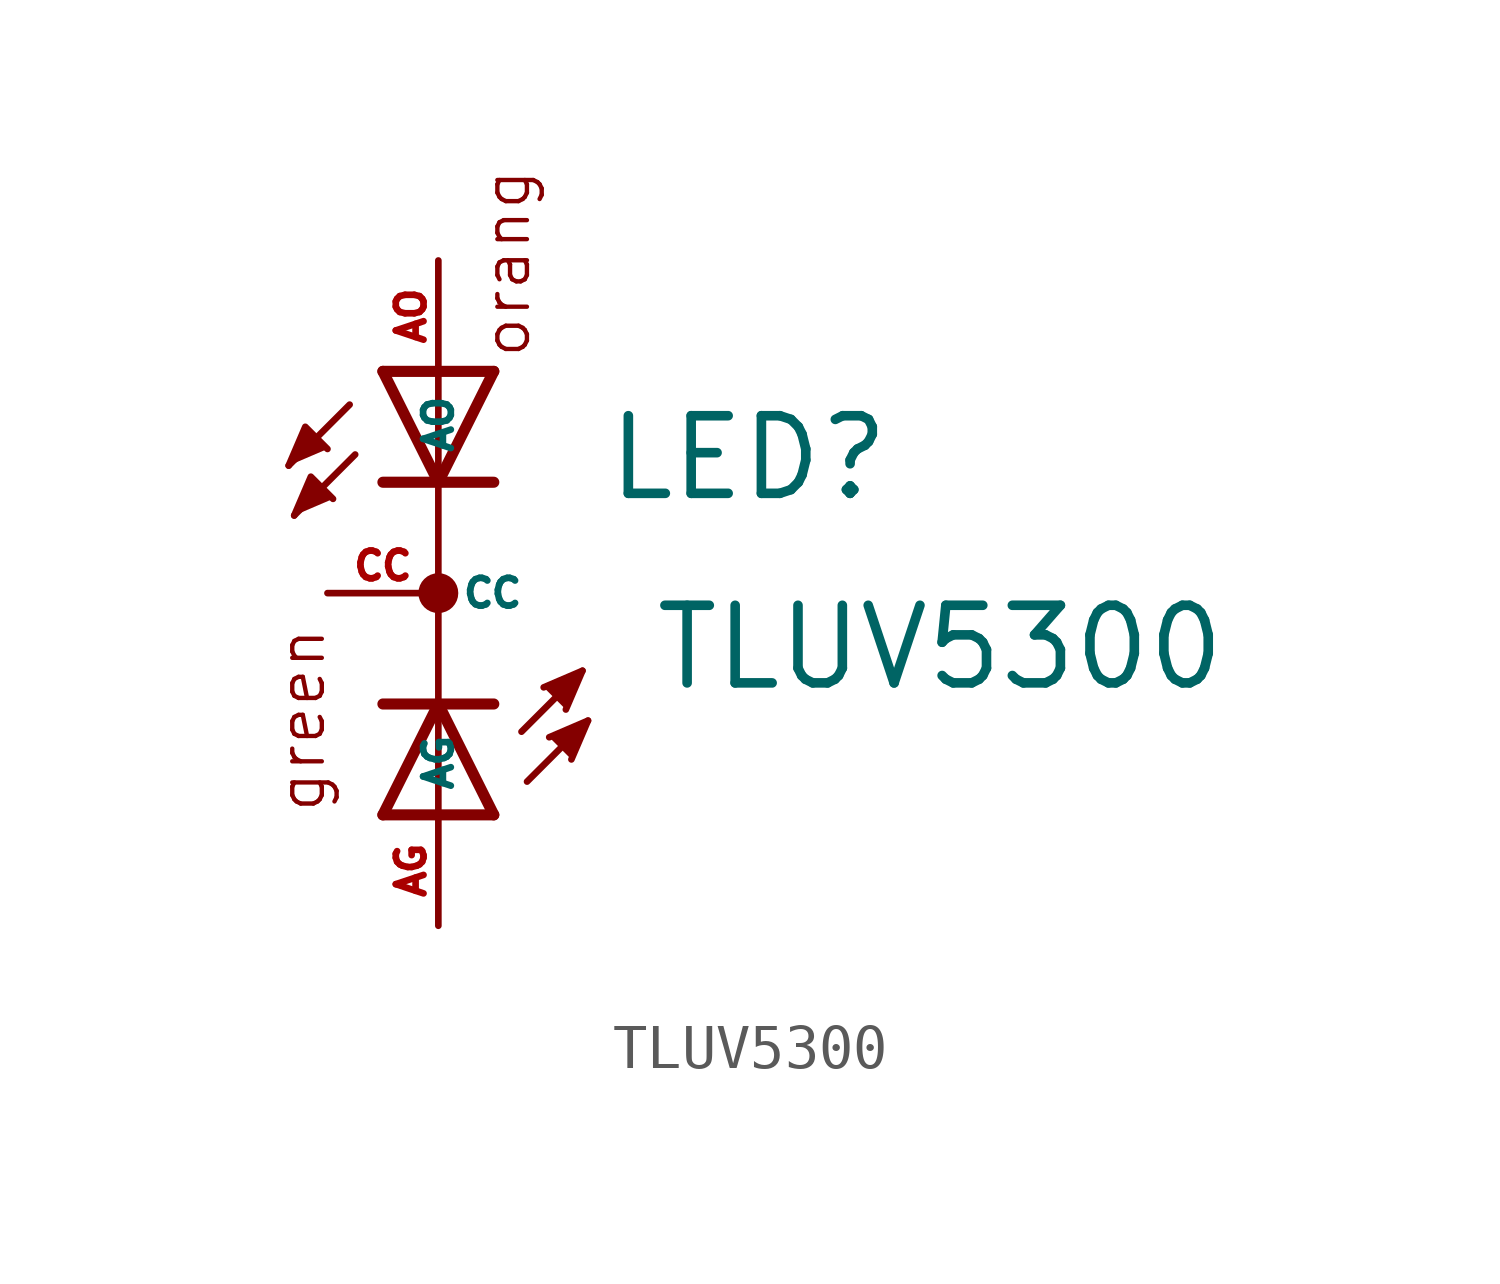
<source format=kicad_sym>
(kicad_symbol_lib
  (version 20220914)
  (generator kicad_symbol_editor)
  (symbol "TLUV5300"
    (property "Reference" "LED"
      (at 3.785 2.057 0)
      (effects (font (size 1.778 1.778) (thickness 0.22)) (justify left bottom)))
    (property "Value" "TLUV5300"
      (at 4.877 -2.286 0)
      (effects (font (size 1.778 1.778) (thickness 0.22)) (justify left bottom)))
    (symbol "TLUV5300_1_1"
      (polyline (pts (xy -2.032 4.318) (xy -3.429 2.921)) (stroke (width 0.152) (type default)) (fill (type none)))
      (polyline (pts (xy -1.905 3.175) (xy -3.302 1.778)) (stroke (width 0.152) (type default)) (fill (type none)))
      (polyline (pts (xy -1.27 -5.08) (xy 0 -5.08)) (stroke (width 0.254) (type default)) (fill (type none)))
      (polyline (pts (xy -1.27 -5.08) (xy 0 -2.54)) (stroke (width 0.254) (type default)) (fill (type none)))
      (polyline (pts (xy -1.27 -2.54) (xy 0 -2.54)) (stroke (width 0.254) (type default)) (fill (type none)))
      (polyline (pts (xy 0 -5.08) (xy 0 -2.54)) (stroke (width 0.152) (type default)) (fill (type none)))
      (polyline (pts (xy 0 -5.08) (xy 1.27 -5.08)) (stroke (width 0.254) (type default)) (fill (type none)))
      (polyline (pts (xy 0 -2.54) (xy 1.27 -5.08)) (stroke (width 0.254) (type default)) (fill (type none)))
      (polyline (pts (xy 0 -2.54) (xy 1.27 -2.54)) (stroke (width 0.254) (type default)) (fill (type none)))
      (polyline (pts (xy 0 2.54) (xy -1.27 2.54)) (stroke (width 0.254) (type default)) (fill (type none)))
      (polyline (pts (xy 0 2.54) (xy -1.27 5.08)) (stroke (width 0.254) (type default)) (fill (type none)))
      (polyline (pts (xy 0 2.54) (xy 0 -2.54)) (stroke (width 0.152) (type default)) (fill (type none)))
      (polyline (pts (xy 0 5.08) (xy -1.27 5.08)) (stroke (width 0.254) (type default)) (fill (type none)))
      (polyline (pts (xy 0 5.08) (xy 0 2.54)) (stroke (width 0.152) (type default)) (fill (type none)))
      (polyline (pts (xy 1.27 2.54) (xy 0 2.54)) (stroke (width 0.254) (type default)) (fill (type none)))
      (polyline (pts (xy 1.27 5.08) (xy 0 2.54)) (stroke (width 0.254) (type default)) (fill (type none)))
      (polyline (pts (xy 1.27 5.08) (xy 0 5.08)) (stroke (width 0.254) (type default)) (fill (type none)))
      (polyline (pts (xy 1.905 -3.175) (xy 3.302 -1.778)) (stroke (width 0.152) (type default)) (fill (type none)))
      (polyline (pts (xy 2.032 -4.318) (xy 3.429 -2.921)) (stroke (width 0.152) (type default)) (fill (type none)))
      (polyline (pts (xy -3.429 2.921) (xy -3.048 3.81) (xy -2.54 3.302)) (stroke (width 0.152) (type default)) (fill (type outline)))
      (polyline (pts (xy -3.302 1.778) (xy -2.921 2.667) (xy -2.413 2.159)) (stroke (width 0.152) (type default)) (fill (type outline)))
      (polyline (pts (xy 2.413 -2.159) (xy 3.302 -1.778) (xy 2.921 -2.667)) (stroke (width 0.152) (type default)) (fill (type outline)))
      (polyline (pts (xy 2.54 -3.302) (xy 3.429 -2.921) (xy 3.048 -3.81)) (stroke (width 0.152) (type default)) (fill (type outline)))
      (circle (center 0 0) (radius 0.254) (stroke (width 0.406) (type default)) (fill (type none)))
      (text "green" (at -2.54 -5.08 900) (effects (font (size 1.016 1.016) (thickness 0.1)) (justify left bottom)))
      (text "orange" (at 2.159 5.334 2700) (effects (font (size 1.016 1.016) (thickness 0.1)) (justify left bottom)))
      (pin passive line (at 0 -7.62 90) (length 2.54) (name "AG" (effects (font (size 0.635 0.635)))) (number "AG" (effects (font (size 0.635 0.635)))))
      (pin passive line (at 0 7.62 270) (length 2.54) (name "AO" (effects (font (size 0.635 0.635)))) (number "AO" (effects (font (size 0.635 0.635)))))
      (pin passive line (at -2.54 0 0) (length 2.54) (name "CC" (effects (font (size 0.635 0.635)))) (number "CC" (effects (font (size 0.635 0.635))))))))
</source>
